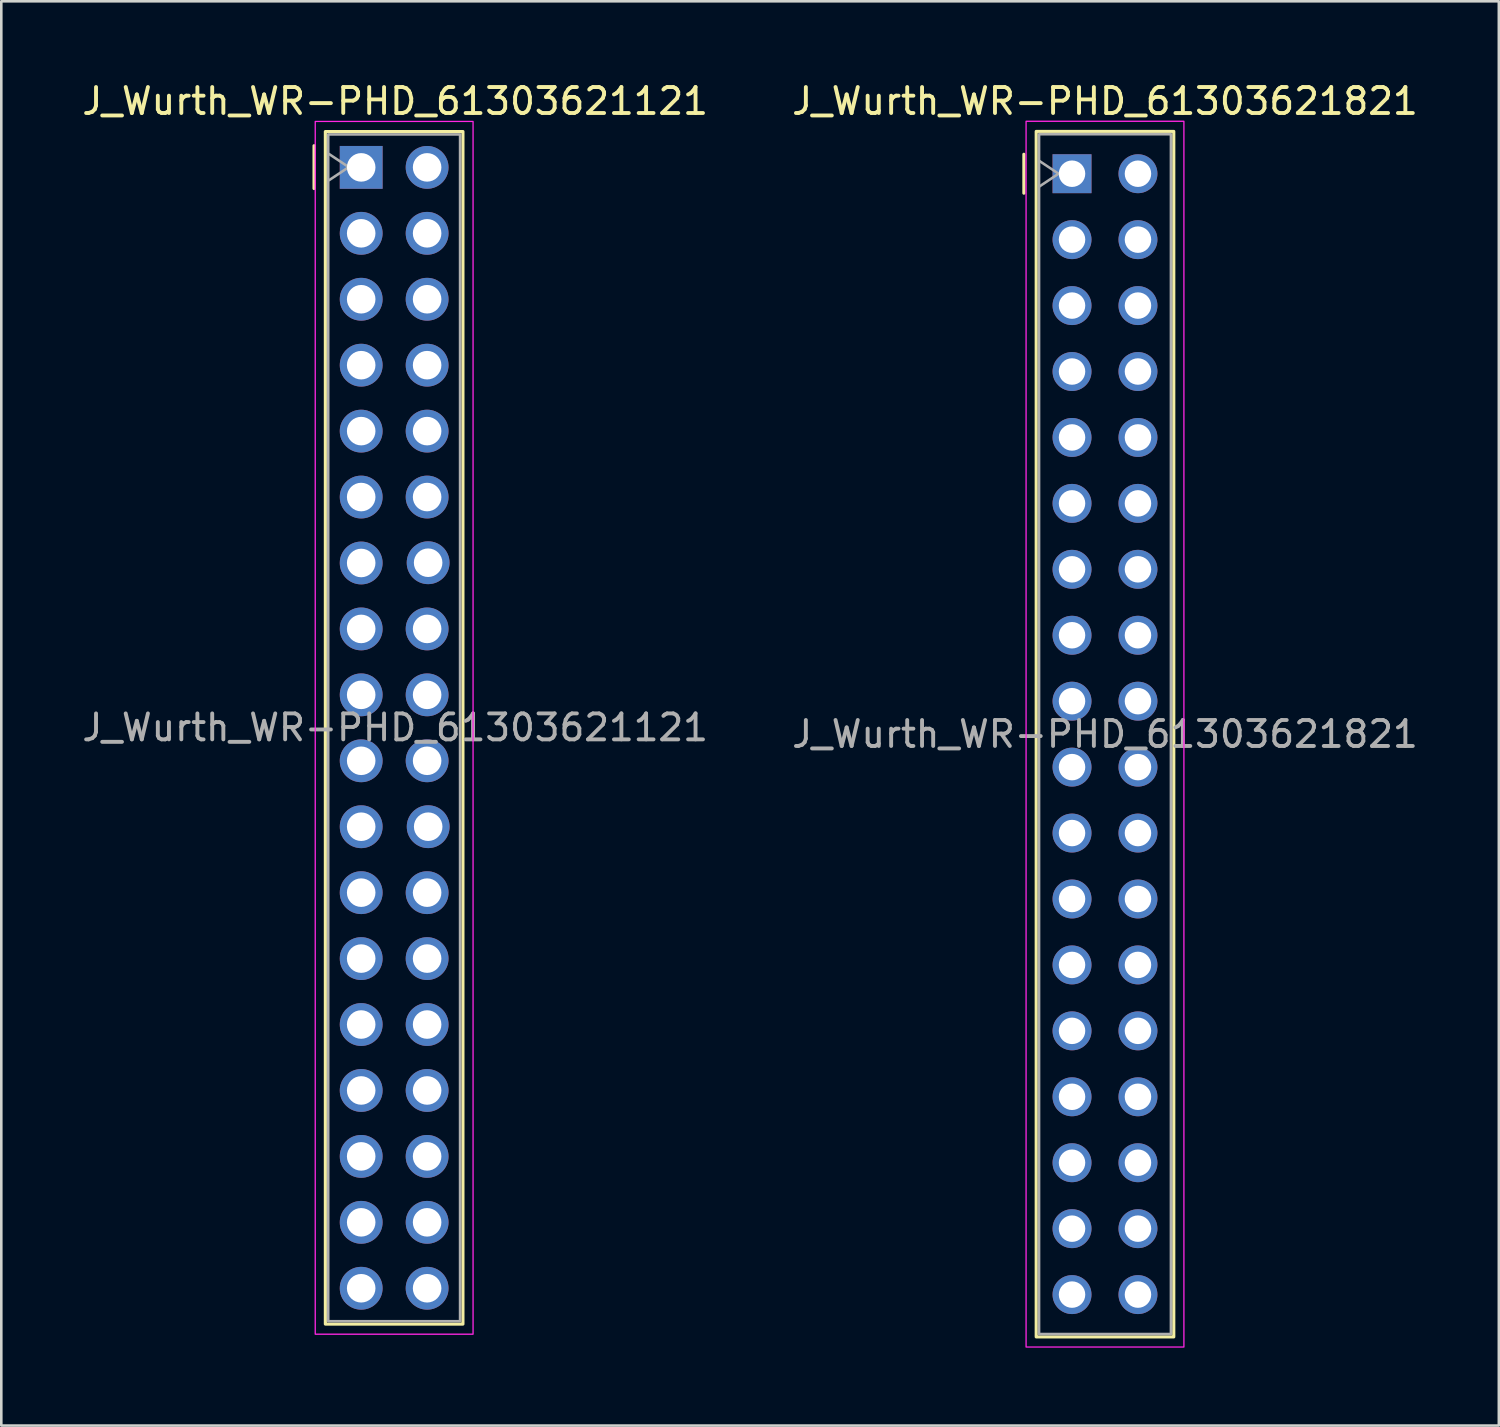
<source format=kicad_pcb>
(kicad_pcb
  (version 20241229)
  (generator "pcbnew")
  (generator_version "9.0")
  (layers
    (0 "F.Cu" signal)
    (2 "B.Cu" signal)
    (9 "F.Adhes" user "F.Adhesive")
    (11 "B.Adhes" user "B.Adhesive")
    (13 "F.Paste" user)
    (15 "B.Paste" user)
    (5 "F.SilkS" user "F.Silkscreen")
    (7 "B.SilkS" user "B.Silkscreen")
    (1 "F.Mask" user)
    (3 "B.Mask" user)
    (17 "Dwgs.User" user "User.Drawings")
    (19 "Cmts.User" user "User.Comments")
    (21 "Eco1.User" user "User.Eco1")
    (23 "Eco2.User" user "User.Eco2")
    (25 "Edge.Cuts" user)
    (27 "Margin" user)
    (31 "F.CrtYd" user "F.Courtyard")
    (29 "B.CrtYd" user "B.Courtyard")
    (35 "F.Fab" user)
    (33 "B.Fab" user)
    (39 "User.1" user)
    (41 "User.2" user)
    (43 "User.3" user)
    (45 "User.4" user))
  (footprint "J_Wurth_WR-PHD_61303621821"
    (layer "F.Cu")
    (at 38.248 3.642)
    (property "Reference" "J_Wurth_WR-PHD_61303621821" (at 1.27 -2.794 0) (unlocked yes) (layer "F.SilkS") (effects (font (size 1 1) (thickness 0.15))))
    (attr through_hole)
    (fp_line (start -1.855 -0.75) (end -1.855 0.75) (stroke (width 0.12) (type solid)) (layer "F.SilkS"))
    (fp_rect (start -1.38 -1.63) (end 3.92 44.81) (stroke (width 0.12) (type solid)) (fill no) (layer "F.SilkS"))
    (fp_rect (start -1.77 -2.02) (end 4.31 45.2) (stroke (width 0.05) (type solid)) (fill no) (layer "F.CrtYd"))
    (fp_line (start -1.27 -0.5) (end -0.52 0) (stroke (width 0.1) (type solid)) (layer "F.Fab"))
    (fp_line (start -0.52 0) (end -1.27 0.5) (stroke (width 0.1) (type solid)) (layer "F.Fab"))
    (fp_rect (start -1.27 -1.52) (end 3.81 44.7) (stroke (width 0.1) (type solid)) (fill no) (layer "F.Fab"))
    (fp_text user "${REFERENCE}" (at 1.27 21.59 0) (unlocked yes) (layer "F.Fab") (effects (font (size 1 1) (thickness 0.15))))
    (pad "1" thru_hole rect (at 0 0) (size 1.5 1.5) (drill 1.02) (layers "*.Cu" "*.Mask"))
    (pad "2" thru_hole circle (at 2.54 0) (size 1.5 1.5) (drill 1.02) (layers "*.Cu" "*.Mask"))
    (pad "3" thru_hole circle (at 0 2.54) (size 1.5 1.5) (drill 1.02) (layers "*.Cu" "*.Mask"))
    (pad "4" thru_hole circle (at 2.54 2.54) (size 1.5 1.5) (drill 1.02) (layers "*.Cu" "*.Mask"))
    (pad "5" thru_hole circle (at 0 5.08) (size 1.5 1.5) (drill 1.02) (layers "*.Cu" "*.Mask"))
    (pad "6" thru_hole circle (at 2.54 5.08) (size 1.5 1.5) (drill 1.02) (layers "*.Cu" "*.Mask"))
    (pad "7" thru_hole circle (at 0 7.62) (size 1.5 1.5) (drill 1.02) (layers "*.Cu" "*.Mask"))
    (pad "8" thru_hole circle (at 2.54 7.62) (size 1.5 1.5) (drill 1.02) (layers "*.Cu" "*.Mask"))
    (pad "9" thru_hole circle (at 0 10.16) (size 1.5 1.5) (drill 1.02) (layers "*.Cu" "*.Mask"))
    (pad "10" thru_hole circle (at 2.54 10.16) (size 1.5 1.5) (drill 1.02) (layers "*.Cu" "*.Mask"))
    (pad "11" thru_hole circle (at 0 12.7) (size 1.5 1.5) (drill 1.02) (layers "*.Cu" "*.Mask"))
    (pad "12" thru_hole circle (at 2.54 12.7) (size 1.5 1.5) (drill 1.02) (layers "*.Cu" "*.Mask"))
    (pad "13" thru_hole circle (at 0 15.24) (size 1.5 1.5) (drill 1.02) (layers "*.Cu" "*.Mask"))
    (pad "14" thru_hole circle (at 2.54 15.24) (size 1.5 1.5) (drill 1.02) (layers "*.Cu" "*.Mask"))
    (pad "15" thru_hole circle (at 0 17.78) (size 1.5 1.5) (drill 1.02) (layers "*.Cu" "*.Mask"))
    (pad "16" thru_hole circle (at 2.54 17.78) (size 1.5 1.5) (drill 1.02) (layers "*.Cu" "*.Mask"))
    (pad "17" thru_hole circle (at 0 20.32) (size 1.5 1.5) (drill 1.02) (layers "*.Cu" "*.Mask"))
    (pad "18" thru_hole circle (at 2.54 20.32) (size 1.5 1.5) (drill 1.02) (layers "*.Cu" "*.Mask"))
    (pad "19" thru_hole circle (at 0 22.86) (size 1.5 1.5) (drill 1.02) (layers "*.Cu" "*.Mask"))
    (pad "20" thru_hole circle (at 2.54 22.86) (size 1.5 1.5) (drill 1.02) (layers "*.Cu" "*.Mask"))
    (pad "21" thru_hole circle (at 0 25.4) (size 1.5 1.5) (drill 1.02) (layers "*.Cu" "*.Mask"))
    (pad "22" thru_hole circle (at 2.54 25.4) (size 1.5 1.5) (drill 1.02) (layers "*.Cu" "*.Mask"))
    (pad "23" thru_hole circle (at 0 27.94) (size 1.5 1.5) (drill 1.02) (layers "*.Cu" "*.Mask"))
    (pad "24" thru_hole circle (at 2.54 27.94) (size 1.5 1.5) (drill 1.02) (layers "*.Cu" "*.Mask"))
    (pad "25" thru_hole circle (at 0 30.48) (size 1.5 1.5) (drill 1.02) (layers "*.Cu" "*.Mask"))
    (pad "26" thru_hole circle (at 2.54 30.48) (size 1.5 1.5) (drill 1.02) (layers "*.Cu" "*.Mask"))
    (pad "27" thru_hole circle (at 0 33.02) (size 1.5 1.5) (drill 1.02) (layers "*.Cu" "*.Mask"))
    (pad "28" thru_hole circle (at 2.54 33.02) (size 1.5 1.5) (drill 1.02) (layers "*.Cu" "*.Mask"))
    (pad "29" thru_hole circle (at 0 35.56) (size 1.5 1.5) (drill 1.02) (layers "*.Cu" "*.Mask"))
    (pad "30" thru_hole circle (at 2.54 35.56) (size 1.5 1.5) (drill 1.02) (layers "*.Cu" "*.Mask"))
    (pad "31" thru_hole circle (at 0 38.1) (size 1.5 1.5) (drill 1.02) (layers "*.Cu" "*.Mask"))
    (pad "32" thru_hole circle (at 2.54 38.1) (size 1.5 1.5) (drill 1.02) (layers "*.Cu" "*.Mask"))
    (pad "33" thru_hole circle (at 0 40.64) (size 1.5 1.5) (drill 1.02) (layers "*.Cu" "*.Mask"))
    (pad "34" thru_hole circle (at 2.54 40.64) (size 1.5 1.5) (drill 1.02) (layers "*.Cu" "*.Mask"))
    (pad "35" thru_hole circle (at 0 43.18) (size 1.5 1.5) (drill 1.02) (layers "*.Cu" "*.Mask"))
    (pad "36" thru_hole circle (at 2.54 43.18) (size 1.5 1.5) (drill 1.02) (layers "*.Cu" "*.Mask")))
  (footprint "J_Wurth_WR-PHD_61303621121"
    (layer "F.Cu")
    (at 10.903 3.388)
    (property "Reference" "J_Wurth_WR-PHD_61303621121" (at 1.27 -2.54 0) (unlocked yes) (layer "F.SilkS") (effects (font (size 1 1) (thickness 0.15))))
    (attr through_hole)
    (fp_line (start -1.855 -0.825) (end -1.855 0.825) (stroke (width 0.12) (type solid)) (layer "F.SilkS"))
    (fp_rect (start -1.419 -1.37) (end 3.881 44.57) (stroke (width 0.12) (type solid)) (fill no) (layer "F.SilkS"))
    (fp_rect (start -1.809 -1.76) (end 4.271 44.96) (stroke (width 0.05) (type solid)) (fill no) (layer "F.CrtYd"))
    (fp_line (start -1.27 -0.5) (end -0.52 0) (stroke (width 0.1) (type solid)) (layer "F.Fab"))
    (fp_line (start -0.52 0) (end -1.27 0.5) (stroke (width 0.1) (type solid)) (layer "F.Fab"))
    (fp_rect (start -1.309 -1.26) (end 3.771 44.46) (stroke (width 0.1) (type solid)) (fill no) (layer "F.Fab"))
    (fp_text user "${REFERENCE}" (at 1.27 21.59 0) (unlocked yes) (layer "F.Fab") (effects (font (size 1 1) (thickness 0.15))))
    (pad "1" thru_hole rect (at -0.039 0.01 270) (size 1.65 1.65) (drill 1.1) (layers "*.Cu" "*.Mask"))
    (pad "2" thru_hole circle (at 2.501 0.01 270) (size 1.65 1.65) (drill 1.1) (layers "*.Cu" "*.Mask"))
    (pad "3" thru_hole circle (at -0.039 2.55 270) (size 1.65 1.65) (drill 1.1) (layers "*.Cu" "*.Mask"))
    (pad "4" thru_hole circle (at 2.501 2.55 270) (size 1.65 1.65) (drill 1.1) (layers "*.Cu" "*.Mask"))
    (pad "5" thru_hole circle (at -0.039 5.09 270) (size 1.65 1.65) (drill 1.1) (layers "*.Cu" "*.Mask"))
    (pad "6" thru_hole circle (at 2.501 5.09 270) (size 1.65 1.65) (drill 1.1) (layers "*.Cu" "*.Mask"))
    (pad "7" thru_hole circle (at -0.039 7.63 270) (size 1.65 1.65) (drill 1.1) (layers "*.Cu" "*.Mask"))
    (pad "8" thru_hole circle (at 2.501 7.63 270) (size 1.65 1.65) (drill 1.1) (layers "*.Cu" "*.Mask"))
    (pad "9" thru_hole circle (at -0.039 10.17 270) (size 1.65 1.65) (drill 1.1) (layers "*.Cu" "*.Mask"))
    (pad "10" thru_hole circle (at 2.501 10.17 270) (size 1.65 1.65) (drill 1.1) (layers "*.Cu" "*.Mask"))
    (pad "11" thru_hole circle (at -0.039 12.71 270) (size 1.65 1.65) (drill 1.1) (layers "*.Cu" "*.Mask"))
    (pad "12" thru_hole circle (at 2.501 12.71 270) (size 1.65 1.65) (drill 1.1) (layers "*.Cu" "*.Mask"))
    (pad "13" thru_hole circle (at -0.039 15.25 270) (size 1.65 1.65) (drill 1.1) (layers "*.Cu" "*.Mask"))
    (pad "14" thru_hole circle (at 2.54 15.24 270) (size 1.65 1.65) (drill 1.1) (layers "*.Cu" "*.Mask"))
    (pad "15" thru_hole circle (at -0.039 17.79 270) (size 1.65 1.65) (drill 1.1) (layers "*.Cu" "*.Mask"))
    (pad "16" thru_hole circle (at 2.501 17.79 270) (size 1.65 1.65) (drill 1.1) (layers "*.Cu" "*.Mask"))
    (pad "17" thru_hole circle (at -0.039 20.33 270) (size 1.65 1.65) (drill 1.1) (layers "*.Cu" "*.Mask"))
    (pad "18" thru_hole circle (at 2.501 20.33 270) (size 1.65 1.65) (drill 1.1) (layers "*.Cu" "*.Mask"))
    (pad "19" thru_hole circle (at -0.039 22.87 270) (size 1.65 1.65) (drill 1.1) (layers "*.Cu" "*.Mask"))
    (pad "20" thru_hole circle (at 2.501 22.87 270) (size 1.65 1.65) (drill 1.1) (layers "*.Cu" "*.Mask"))
    (pad "21" thru_hole circle (at -0.039 25.41 270) (size 1.65 1.65) (drill 1.1) (layers "*.Cu" "*.Mask"))
    (pad "22" thru_hole circle (at 2.542 25.409 270) (size 1.65 1.65) (drill 1.1) (layers "*.Cu" "*.Mask"))
    (pad "23" thru_hole circle (at -0.039 27.95 270) (size 1.65 1.65) (drill 1.1) (layers "*.Cu" "*.Mask"))
    (pad "24" thru_hole circle (at 2.501 27.95 270) (size 1.65 1.65) (drill 1.1) (layers "*.Cu" "*.Mask"))
    (pad "25" thru_hole circle (at -0.039 30.49 270) (size 1.65 1.65) (drill 1.1) (layers "*.Cu" "*.Mask"))
    (pad "26" thru_hole circle (at 2.501 30.49 270) (size 1.65 1.65) (drill 1.1) (layers "*.Cu" "*.Mask"))
    (pad "27" thru_hole circle (at -0.039 33.03 270) (size 1.65 1.65) (drill 1.1) (layers "*.Cu" "*.Mask"))
    (pad "28" thru_hole circle (at 2.501 33.03 270) (size 1.65 1.65) (drill 1.1) (layers "*.Cu" "*.Mask"))
    (pad "29" thru_hole circle (at -0.039 35.57 270) (size 1.65 1.65) (drill 1.1) (layers "*.Cu" "*.Mask"))
    (pad "30" thru_hole circle (at 2.501 35.57 270) (size 1.65 1.65) (drill 1.1) (layers "*.Cu" "*.Mask"))
    (pad "31" thru_hole circle (at -0.039 38.11 270) (size 1.65 1.65) (drill 1.1) (layers "*.Cu" "*.Mask"))
    (pad "32" thru_hole circle (at 2.501 38.11 270) (size 1.65 1.65) (drill 1.1) (layers "*.Cu" "*.Mask"))
    (pad "33" thru_hole circle (at -0.039 40.65 270) (size 1.65 1.65) (drill 1.1) (layers "*.Cu" "*.Mask"))
    (pad "34" thru_hole circle (at 2.501 40.65 270) (size 1.65 1.65) (drill 1.1) (layers "*.Cu" "*.Mask"))
    (pad "35" thru_hole circle (at -0.039 43.19 270) (size 1.65 1.65) (drill 1.1) (layers "*.Cu" "*.Mask"))
    (pad "36" thru_hole circle (at 2.501 43.19 270) (size 1.65 1.65) (drill 1.1) (layers "*.Cu" "*.Mask")))
  (gr_rect
    (start -3 -3)
    (end 54.69 51.867)
    (stroke (width 0.1) (type default))
    (fill no)
    (layer "Edge.Cuts")))
</source>
